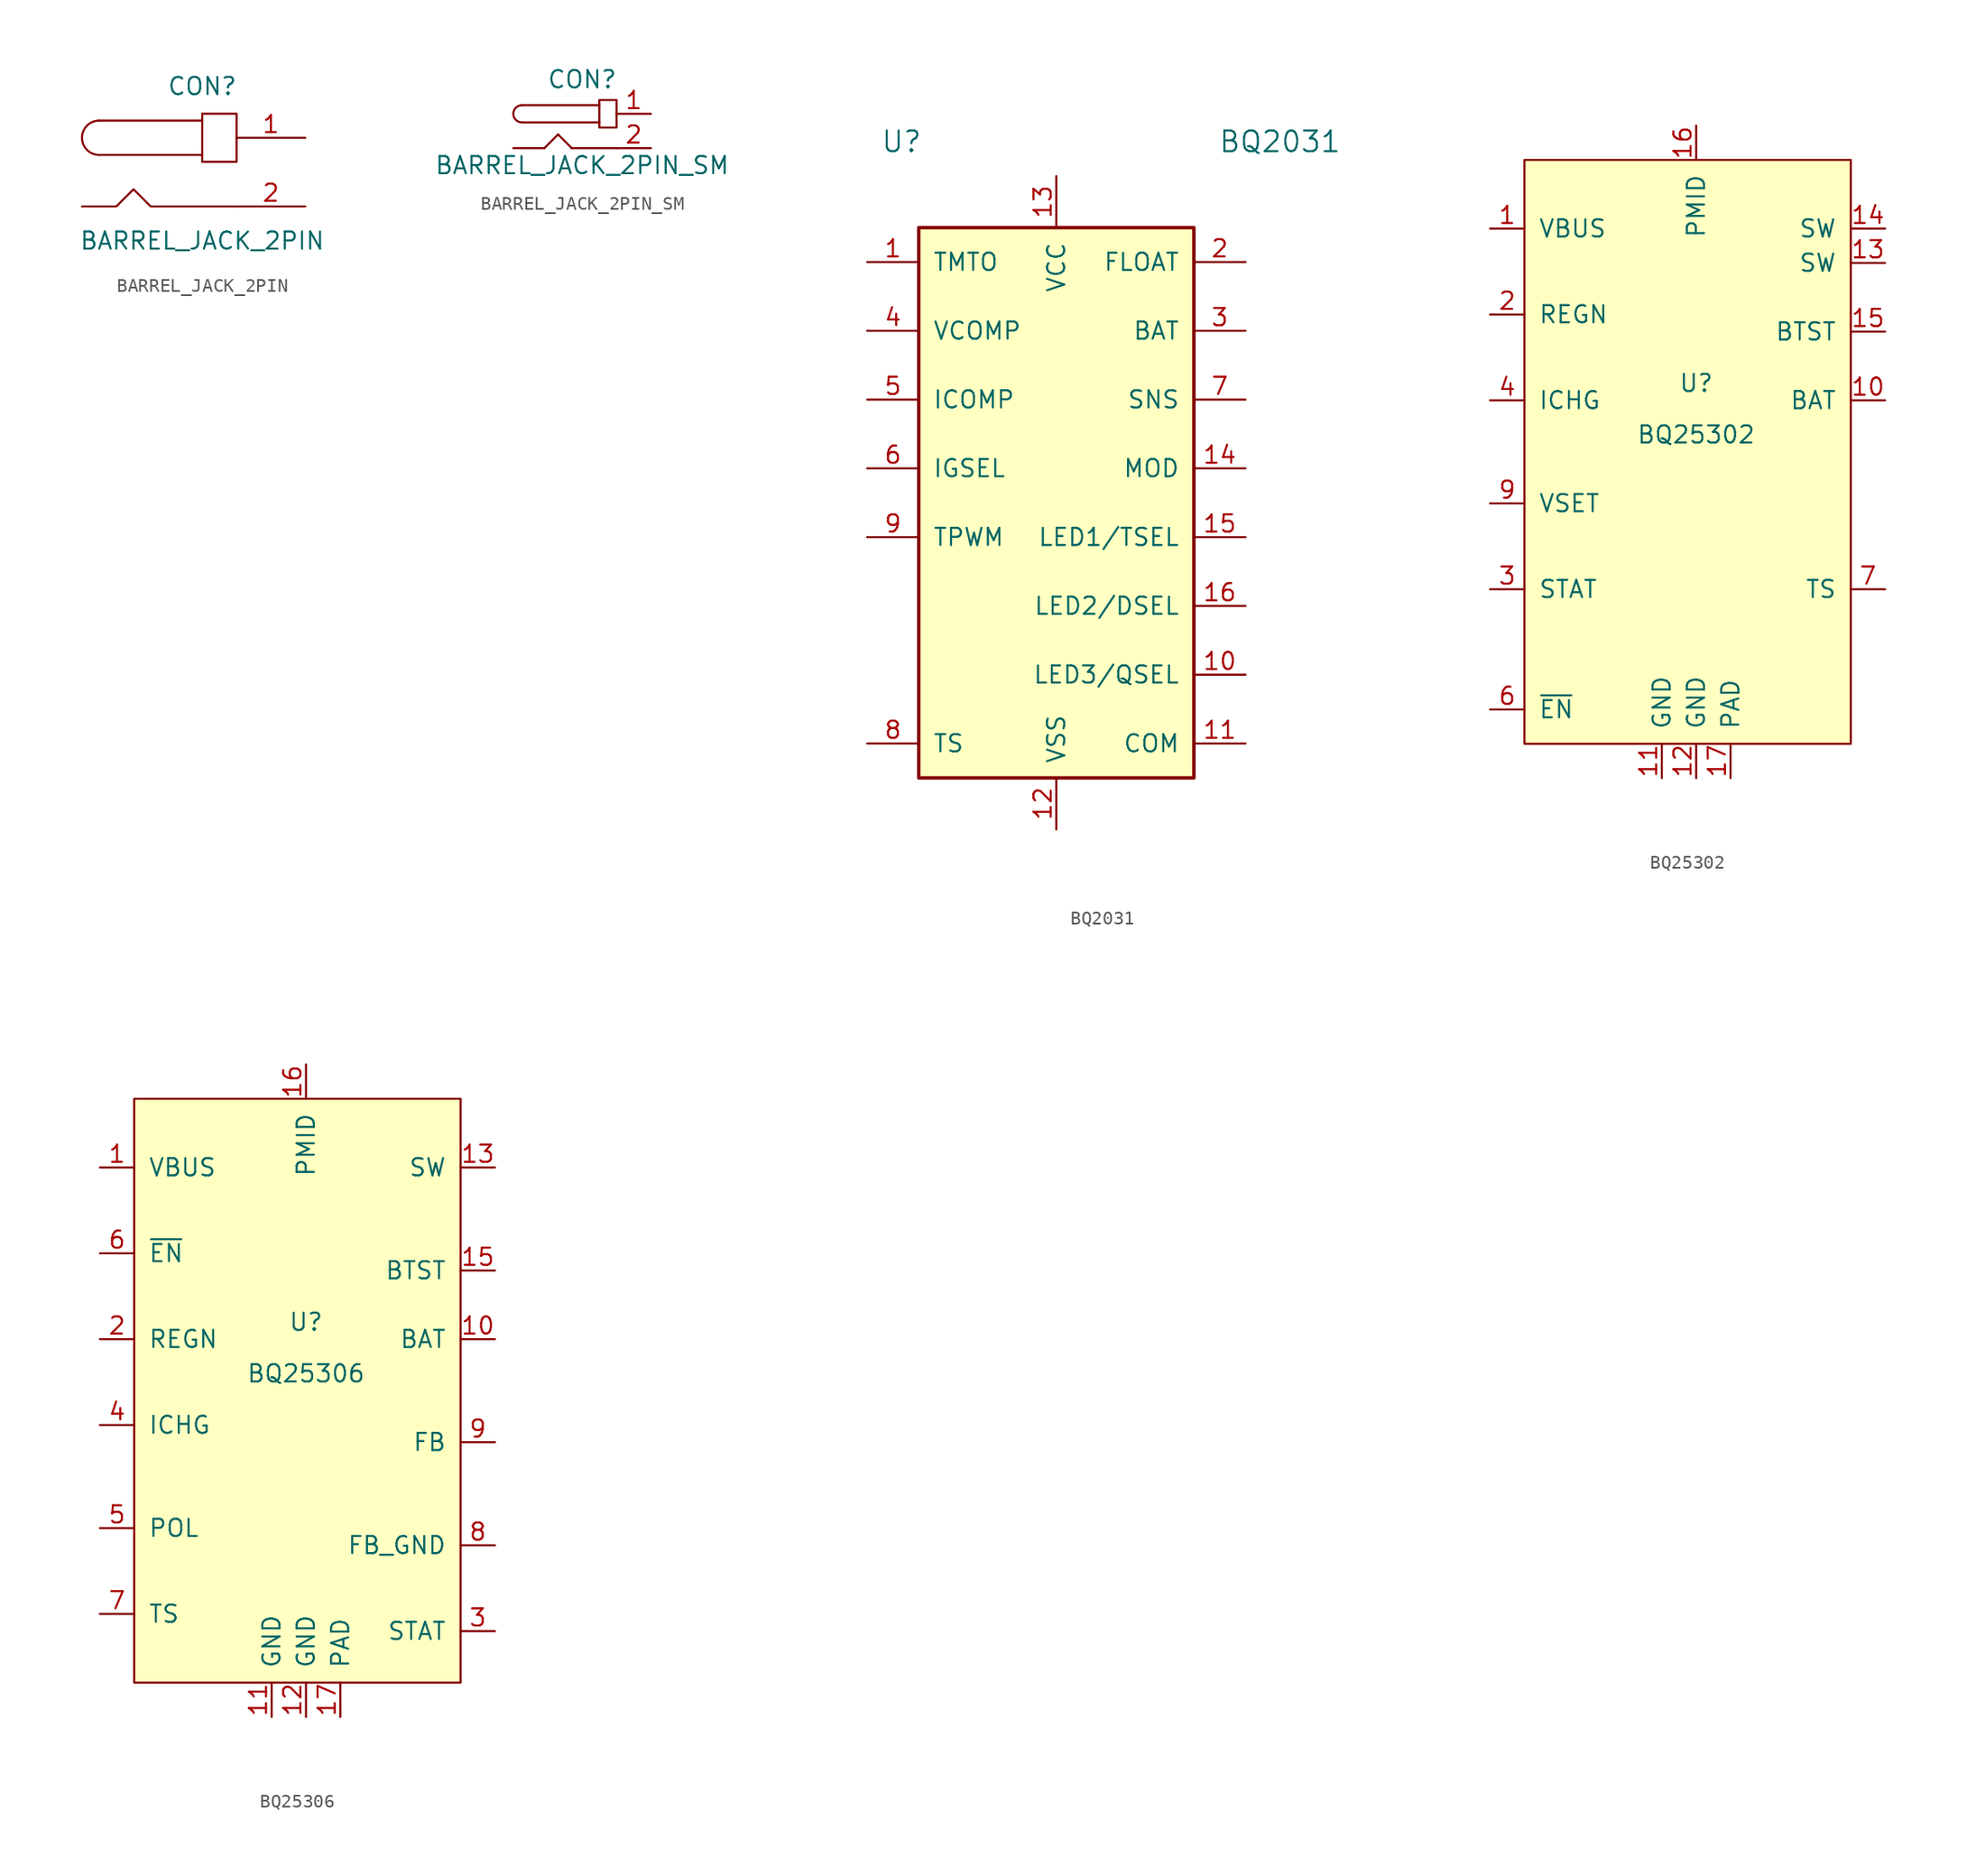
<source format=kicad_sym>
(kicad_symbol_lib
  (version 20231120)
  (generator "kicad_symbol_editor")
  (generator_version "8.0")
  (symbol "BARREL_JACK_2PIN"
    (pin_names
      (offset 1.016))
    (property "Reference" "CON"
      (at 0 6.35 0)
      (effects (font (size 1.27 1.27))))
    (property "Value" "BARREL_JACK_2PIN"
      (at 0 -5.08 0)
      (effects (font (size 1.27 1.27))))
    (property "Footprint" ""
      (at 0 0 0)
      (effects (font (size 1.27 1.27))))
    (property "Datasheet" ""
      (at 0 0 0)
      (effects (font (size 1.27 1.27))))
    (symbol "BARREL_JACK_2PIN_0_1"
      (arc (start -7.62 3.81) (mid -8.8845 2.54) (end -7.62 1.27) (stroke (width 0) (type default)) (fill (type none)))
      (polyline (pts (xy -7.62 1.27) (xy 0 1.27)) (stroke (width 0) (type default)) (fill (type none)))
      (polyline (pts (xy 0 3.81) (xy -7.62 3.81)) (stroke (width 0) (type default)) (fill (type none)))
      (polyline (pts (xy 2.54 -2.54) (xy -3.81 -2.54) (xy -5.08 -1.27) (xy -6.35 -2.54) (xy -8.89 -2.54)) (stroke (width 0) (type default)) (fill (type none)))
      (rectangle (start 0 4.318) (end 2.54 0.762) (stroke (width 0) (type default)) (fill (type none))))
    (symbol "BARREL_JACK_2PIN_1_1"
      (pin passive line (at 7.62 2.54 180) (length 5.08) (name "~" (effects (font (size 1.27 1.27)))) (number "1" (effects (font (size 1.27 1.27)))))
      (pin passive line (at 7.62 -2.54 180) (length 5.08) (name "~" (effects (font (size 1.27 1.27)))) (number "2" (effects (font (size 1.27 1.27)))))))
  (symbol "BARREL_JACK_2PIN_SM"
    (pin_names
      (offset 1.016))
    (property "Reference" "CON"
      (at 0 3.81 0)
      (effects (font (size 1.27 1.27))))
    (property "Value" "BARREL_JACK_2PIN_SM"
      (at 0 -2.54 0)
      (effects (font (size 1.27 1.27))))
    (property "Footprint" ""
      (at 0 -1.27 0)
      (effects (font (size 1.27 1.27))))
    (property "Datasheet" ""
      (at 0 -1.27 0)
      (effects (font (size 1.27 1.27))))
    (symbol "BARREL_JACK_2PIN_SM_0_1"
      (arc (start -4.445 1.905) (mid -5.0773 1.27) (end -4.445 0.635) (stroke (width 0) (type default)) (fill (type none)))
      (polyline (pts (xy -4.445 0.635) (xy 1.27 0.635)) (stroke (width 0) (type default)) (fill (type none)))
      (polyline (pts (xy -4.445 1.905) (xy 1.27 1.905)) (stroke (width 0) (type default)) (fill (type none)))
      (polyline (pts (xy -2.794 -1.27) (xy -5.08 -1.27)) (stroke (width 0) (type default)) (fill (type none)))
      (polyline (pts (xy -1.778 -0.254) (xy -2.794 -1.27)) (stroke (width 0) (type default)) (fill (type none)))
      (polyline (pts (xy -1.778 -0.254) (xy -0.762 -1.27)) (stroke (width 0) (type default)) (fill (type none)))
      (polyline (pts (xy -0.762 -1.27) (xy 2.54 -1.27)) (stroke (width 0) (type default)) (fill (type none)))
      (rectangle (start 1.27 2.286) (end 2.54 0.254) (stroke (width 0) (type default)) (fill (type none))))
    (symbol "BARREL_JACK_2PIN_SM_1_1"
      (pin passive line (at 5.08 1.27 180) (length 2.54) (name "~" (effects (font (size 1.27 1.27)))) (number "1" (effects (font (size 1.27 1.27)))))
      (pin passive line (at 5.08 -1.27 180) (length 2.54) (name "~" (effects (font (size 1.27 1.27)))) (number "2" (effects (font (size 1.27 1.27)))))))
  (symbol "BQ2031"
    (pin_names
      (offset 1.016))
    (property "Reference" "U"
      (at -11.43 26.67 0)
      (effects (font (size 1.524 1.524))))
    (property "Value" "BQ2031"
      (at 16.51 26.67 0)
      (effects (font (size 1.524 1.524))))
    (property "Footprint" ""
      (at 0 2.54 0)
      (effects (font (size 1.524 1.524))))
    (property "Datasheet" ""
      (at 0 2.54 0)
      (effects (font (size 1.524 1.524))))
    (symbol "BQ2031_0_1"
      (rectangle (start -10.16 20.32) (end 10.16 -20.32) (stroke (width 0.254) (type default)) (fill (type background))))
    (symbol "BQ2031_1_1"
      (pin input line (at -13.97 17.78 0) (length 3.81) (name "TMTO" (effects (font (size 1.27 1.27)))) (number "1" (effects (font (size 1.27 1.27)))))
      (pin bidirectional line (at 13.97 -12.7 180) (length 3.81) (name "LED3/QSEL" (effects (font (size 1.27 1.27)))) (number "10" (effects (font (size 1.27 1.27)))))
      (pin input line (at 13.97 -17.78 180) (length 3.81) (name "COM" (effects (font (size 1.27 1.27)))) (number "11" (effects (font (size 1.27 1.27)))))
      (pin power_in line (at 0 -24.13 90) (length 3.81) (name "VSS" (effects (font (size 1.27 1.27)))) (number "12" (effects (font (size 1.27 1.27)))))
      (pin power_in line (at 0 24.13 270) (length 3.81) (name "VCC" (effects (font (size 1.27 1.27)))) (number "13" (effects (font (size 1.27 1.27)))))
      (pin output line (at 13.97 2.54 180) (length 3.81) (name "MOD" (effects (font (size 1.27 1.27)))) (number "14" (effects (font (size 1.27 1.27)))))
      (pin bidirectional line (at 13.97 -2.54 180) (length 3.81) (name "LED1/TSEL" (effects (font (size 1.27 1.27)))) (number "15" (effects (font (size 1.27 1.27)))))
      (pin bidirectional line (at 13.97 -7.62 180) (length 3.81) (name "LED2/DSEL" (effects (font (size 1.27 1.27)))) (number "16" (effects (font (size 1.27 1.27)))))
      (pin output line (at 13.97 17.78 180) (length 3.81) (name "FLOAT" (effects (font (size 1.27 1.27)))) (number "2" (effects (font (size 1.27 1.27)))))
      (pin input line (at 13.97 12.7 180) (length 3.81) (name "BAT" (effects (font (size 1.27 1.27)))) (number "3" (effects (font (size 1.27 1.27)))))
      (pin input line (at -13.97 12.7 0) (length 3.81) (name "VCOMP" (effects (font (size 1.27 1.27)))) (number "4" (effects (font (size 1.27 1.27)))))
      (pin input line (at -13.97 7.62 0) (length 3.81) (name "ICOMP" (effects (font (size 1.27 1.27)))) (number "5" (effects (font (size 1.27 1.27)))))
      (pin input line (at -13.97 2.54 0) (length 3.81) (name "IGSEL" (effects (font (size 1.27 1.27)))) (number "6" (effects (font (size 1.27 1.27)))))
      (pin input line (at 13.97 7.62 180) (length 3.81) (name "SNS" (effects (font (size 1.27 1.27)))) (number "7" (effects (font (size 1.27 1.27)))))
      (pin input line (at -13.97 -17.78 0) (length 3.81) (name "TS" (effects (font (size 1.27 1.27)))) (number "8" (effects (font (size 1.27 1.27)))))
      (pin input line (at -13.97 -2.54 0) (length 3.81) (name "TPWM" (effects (font (size 1.27 1.27)))) (number "9" (effects (font (size 1.27 1.27)))))))
  (symbol "BQ25302"
    (pin_names
      (offset 1.016))
    (property "Reference" "U"
      (at 0 3.81 0)
      (effects (font (size 1.27 1.27))))
    (property "Value" "BQ25302"
      (at 0 0 0)
      (effects (font (size 1.27 1.27))))
    (symbol "BQ25302_0_1"
      (rectangle (start -12.7 20.32) (end 11.43 -22.86) (stroke (width 0) (type default)) (fill (type background))))
    (symbol "BQ25302_1_1"
      (pin power_in line (at -15.24 15.24 0) (length 2.54) (name "VBUS" (effects (font (size 1.27 1.27)))) (number "1" (effects (font (size 1.27 1.27)))))
      (pin input line (at 13.97 2.54 180) (length 2.54) (name "BAT" (effects (font (size 1.27 1.27)))) (number "10" (effects (font (size 1.27 1.27)))))
      (pin power_in line (at -2.54 -25.4 90) (length 2.54) (name "GND" (effects (font (size 1.27 1.27)))) (number "11" (effects (font (size 1.27 1.27)))))
      (pin power_in line (at 0 -25.4 90) (length 2.54) (name "GND" (effects (font (size 1.27 1.27)))) (number "12" (effects (font (size 1.27 1.27)))))
      (pin power_out line (at 13.97 12.7 180) (length 2.54) (name "SW" (effects (font (size 1.27 1.27)))) (number "13" (effects (font (size 1.27 1.27)))))
      (pin power_out line (at 13.97 15.24 180) (length 2.54) (name "SW" (effects (font (size 1.27 1.27)))) (number "14" (effects (font (size 1.27 1.27)))))
      (pin power_out line (at 13.97 7.62 180) (length 2.54) (name "BTST" (effects (font (size 1.27 1.27)))) (number "15" (effects (font (size 1.27 1.27)))))
      (pin power_out line (at 0 22.86 270) (length 2.54) (name "PMID" (effects (font (size 1.27 1.27)))) (number "16" (effects (font (size 1.27 1.27)))))
      (pin power_in line (at 2.54 -25.4 90) (length 2.54) (name "PAD" (effects (font (size 1.27 1.27)))) (number "17" (effects (font (size 1.27 1.27)))))
      (pin power_out line (at -15.24 8.89 0) (length 2.54) (name "REGN" (effects (font (size 1.27 1.27)))) (number "2" (effects (font (size 1.27 1.27)))))
      (pin output line (at -15.24 -11.43 0) (length 2.54) (name "STAT" (effects (font (size 1.27 1.27)))) (number "3" (effects (font (size 1.27 1.27)))))
      (pin input line (at -15.24 2.54 0) (length 2.54) (name "ICHG" (effects (font (size 1.27 1.27)))) (number "4" (effects (font (size 1.27 1.27)))))
      (pin no_connect line (at 5.08 -25.4 90) (length 2.54) hide (name "POL" (effects (font (size 1.27 1.27)))) (number "5" (effects (font (size 1.27 1.27)))))
      (pin input line (at -15.24 -20.32 0) (length 2.54) (name "~{EN}" (effects (font (size 1.27 1.27)))) (number "6" (effects (font (size 1.27 1.27)))))
      (pin input line (at 13.97 -11.43 180) (length 2.54) (name "TS" (effects (font (size 1.27 1.27)))) (number "7" (effects (font (size 1.27 1.27)))))
      (pin no_connect line (at -5.08 -25.4 90) (length 2.54) hide (name "NC" (effects (font (size 1.27 1.27)))) (number "8" (effects (font (size 1.27 1.27)))))
      (pin input line (at -15.24 -5.08 0) (length 2.54) (name "VSET" (effects (font (size 1.27 1.27)))) (number "9" (effects (font (size 1.27 1.27)))))))
  (symbol "BQ25306"
    (pin_names
      (offset 1.016))
    (property "Reference" "U"
      (at 0 3.81 0)
      (effects (font (size 1.27 1.27))))
    (property "Value" "BQ25306"
      (at 0 0 0)
      (effects (font (size 1.27 1.27))))
    (symbol "BQ25306_0_1"
      (rectangle (start -12.7 20.32) (end 11.43 -22.86) (stroke (width 0) (type default)) (fill (type background))))
    (symbol "BQ25306_1_1"
      (pin power_in line (at -15.24 15.24 0) (length 2.54) (name "VBUS" (effects (font (size 1.27 1.27)))) (number "1" (effects (font (size 1.27 1.27)))))
      (pin input line (at 13.97 2.54 180) (length 2.54) (name "BAT" (effects (font (size 1.27 1.27)))) (number "10" (effects (font (size 1.27 1.27)))))
      (pin power_in line (at -2.54 -25.4 90) (length 2.54) (name "GND" (effects (font (size 1.27 1.27)))) (number "11" (effects (font (size 1.27 1.27)))))
      (pin power_in line (at 0 -25.4 90) (length 2.54) (name "GND" (effects (font (size 1.27 1.27)))) (number "12" (effects (font (size 1.27 1.27)))))
      (pin power_out line (at 13.97 15.24 180) (length 2.54) (name "SW" (effects (font (size 1.27 1.27)))) (number "13" (effects (font (size 1.27 1.27)))))
      (pin passive line (at 13.97 15.24 180) (length 2.54) hide (name "SW" (effects (font (size 1.27 1.27)))) (number "14" (effects (font (size 1.27 1.27)))))
      (pin power_out line (at 13.97 7.62 180) (length 2.54) (name "BTST" (effects (font (size 1.27 1.27)))) (number "15" (effects (font (size 1.27 1.27)))))
      (pin power_out line (at 0 22.86 270) (length 2.54) (name "PMID" (effects (font (size 1.27 1.27)))) (number "16" (effects (font (size 1.27 1.27)))))
      (pin power_in line (at 2.54 -25.4 90) (length 2.54) (name "PAD" (effects (font (size 1.27 1.27)))) (number "17" (effects (font (size 1.27 1.27)))))
      (pin power_out line (at -15.24 2.54 0) (length 2.54) (name "REGN" (effects (font (size 1.27 1.27)))) (number "2" (effects (font (size 1.27 1.27)))))
      (pin output line (at 13.97 -19.05 180) (length 2.54) (name "STAT" (effects (font (size 1.27 1.27)))) (number "3" (effects (font (size 1.27 1.27)))))
      (pin input line (at -15.24 -3.81 0) (length 2.54) (name "ICHG" (effects (font (size 1.27 1.27)))) (number "4" (effects (font (size 1.27 1.27)))))
      (pin input line (at -15.24 -11.43 0) (length 2.54) (name "POL" (effects (font (size 1.27 1.27)))) (number "5" (effects (font (size 1.27 1.27)))))
      (pin input line (at -15.24 8.89 0) (length 2.54) (name "~{EN}" (effects (font (size 1.27 1.27)))) (number "6" (effects (font (size 1.27 1.27)))))
      (pin input line (at -15.24 -17.78 0) (length 2.54) (name "TS" (effects (font (size 1.27 1.27)))) (number "7" (effects (font (size 1.27 1.27)))))
      (pin input line (at 13.97 -12.7 180) (length 2.54) (name "FB_GND" (effects (font (size 1.27 1.27)))) (number "8" (effects (font (size 1.27 1.27)))))
      (pin input line (at 13.97 -5.08 180) (length 2.54) (name "FB" (effects (font (size 1.27 1.27)))) (number "9" (effects (font (size 1.27 1.27))))))))
</source>
